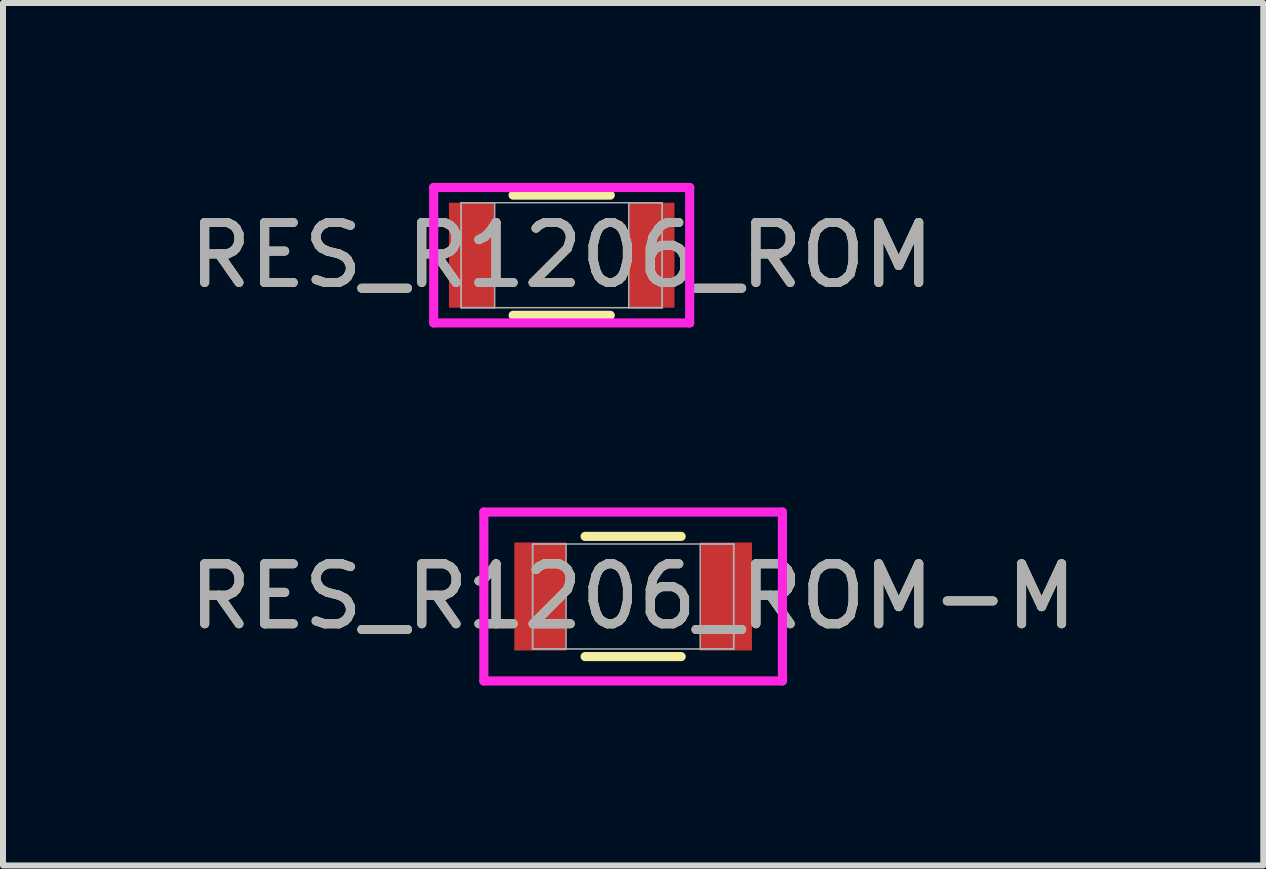
<source format=kicad_pcb>
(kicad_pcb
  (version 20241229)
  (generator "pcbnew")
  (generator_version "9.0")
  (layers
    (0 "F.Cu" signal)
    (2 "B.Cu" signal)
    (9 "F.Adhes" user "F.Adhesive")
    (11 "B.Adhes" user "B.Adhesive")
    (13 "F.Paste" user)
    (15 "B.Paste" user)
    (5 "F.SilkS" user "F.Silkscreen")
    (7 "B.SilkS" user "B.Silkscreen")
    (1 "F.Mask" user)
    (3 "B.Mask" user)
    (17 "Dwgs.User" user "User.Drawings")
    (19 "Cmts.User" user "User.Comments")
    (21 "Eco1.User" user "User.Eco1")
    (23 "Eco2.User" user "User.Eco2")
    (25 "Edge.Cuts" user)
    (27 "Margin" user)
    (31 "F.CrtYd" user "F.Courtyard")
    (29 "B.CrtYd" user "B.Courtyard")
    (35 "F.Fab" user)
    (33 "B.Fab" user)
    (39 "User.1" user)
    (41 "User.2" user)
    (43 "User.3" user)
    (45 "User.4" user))
  (footprint "RES_R1206_ROM-M"
    (layer "F.Cu")
    (at 7.506 6.895)
    (property "Reference" "RES_R1206_ROM-M" (at 0 0 0) (unlocked yes) (layer "F.SilkS") (effects (font (size 1 1) (thickness 0.15))))
    (attr smd)
    (fp_line (start -0.801 1.002) (end 0.801 1.002) (stroke (width 0.152) (type solid)) (layer "F.SilkS"))
    (fp_line (start 0.801 -1.002) (end -0.801 -1.002) (stroke (width 0.152) (type solid)) (layer "F.SilkS"))
    (fp_line (start -2.489 -1.408) (end 2.489 -1.408) (stroke (width 0.152) (type solid)) (layer "F.CrtYd"))
    (fp_line (start -2.489 1.408) (end -2.489 -1.408) (stroke (width 0.152) (type solid)) (layer "F.CrtYd"))
    (fp_line (start 2.489 -1.408) (end 2.489 1.408) (stroke (width 0.152) (type solid)) (layer "F.CrtYd"))
    (fp_line (start 2.489 1.408) (end -2.489 1.408) (stroke (width 0.152) (type solid)) (layer "F.CrtYd"))
    (fp_line (start -1.676 -0.875) (end -1.676 0.875) (stroke (width 0.025) (type solid)) (layer "F.Fab"))
    (fp_line (start -1.676 -0.875) (end -1.676 0.875) (stroke (width 0.025) (type solid)) (layer "F.Fab"))
    (fp_line (start -1.676 0.875) (end -1.118 0.875) (stroke (width 0.025) (type solid)) (layer "F.Fab"))
    (fp_line (start -1.676 0.875) (end 1.676 0.875) (stroke (width 0.025) (type solid)) (layer "F.Fab"))
    (fp_line (start -1.118 -0.875) (end -1.676 -0.875) (stroke (width 0.025) (type solid)) (layer "F.Fab"))
    (fp_line (start -1.118 0.875) (end -1.118 -0.875) (stroke (width 0.025) (type solid)) (layer "F.Fab"))
    (fp_line (start 1.118 -0.875) (end 1.118 0.875) (stroke (width 0.025) (type solid)) (layer "F.Fab"))
    (fp_line (start 1.118 0.875) (end 1.676 0.875) (stroke (width 0.025) (type solid)) (layer "F.Fab"))
    (fp_line (start 1.676 -0.875) (end -1.676 -0.875) (stroke (width 0.025) (type solid)) (layer "F.Fab"))
    (fp_line (start 1.676 -0.875) (end 1.118 -0.875) (stroke (width 0.025) (type solid)) (layer "F.Fab"))
    (fp_line (start 1.676 0.875) (end 1.676 -0.875) (stroke (width 0.025) (type solid)) (layer "F.Fab"))
    (fp_line (start 1.676 0.875) (end 1.676 -0.875) (stroke (width 0.025) (type solid)) (layer "F.Fab"))
    (fp_text user "${REFERENCE}" (at 0 0 0) (unlocked yes) (layer "F.Fab") (effects (font (size 1 1) (thickness 0.15))))
    (pad "1" smd rect (at -1.549 0) (size 0.864 1.801) (layers "F.Cu" "F.Mask" "F.Paste"))
    (pad "2" smd rect (at 1.549 0) (size 0.864 1.801) (layers "F.Cu" "F.Mask" "F.Paste"))
    (zone (net_name "") (layer "F.Cu") (hatch full 0.508) (connect_pads) (min_thickness 0.254) (filled_areas_thickness no) (keepout (tracks not_allowed) (vias not_allowed) (pads allowed) (copperpour not_allowed) (footprints allowed)) (placement (enabled no)) (fill) (polygon (pts (xy 6.439 6.071) (xy 8.573 6.071) (xy 8.573 7.719) (xy 6.439 7.719)))))
  (footprint "RES_R1206_ROM"
    (layer "F.Cu")
    (at 6.315 1.205)
    (property "Reference" "RES_R1206_ROM" (at 0 0 0) (unlocked yes) (layer "F.SilkS") (effects (font (size 1 1) (thickness 0.15))))
    (attr smd)
    (fp_line (start -0.81 1.002) (end 0.81 1.002) (stroke (width 0.152) (type solid)) (layer "F.SilkS"))
    (fp_line (start 0.81 -1.002) (end -0.81 -1.002) (stroke (width 0.152) (type solid)) (layer "F.SilkS"))
    (fp_line (start -2.134 -1.129) (end 2.134 -1.129) (stroke (width 0.152) (type solid)) (layer "F.CrtYd"))
    (fp_line (start -2.134 1.129) (end -2.134 -1.129) (stroke (width 0.152) (type solid)) (layer "F.CrtYd"))
    (fp_line (start 2.134 -1.129) (end 2.134 1.129) (stroke (width 0.152) (type solid)) (layer "F.CrtYd"))
    (fp_line (start 2.134 1.129) (end -2.134 1.129) (stroke (width 0.152) (type solid)) (layer "F.CrtYd"))
    (fp_line (start -1.676 -0.875) (end -1.676 0.875) (stroke (width 0.025) (type solid)) (layer "F.Fab"))
    (fp_line (start -1.676 -0.875) (end -1.676 0.875) (stroke (width 0.025) (type solid)) (layer "F.Fab"))
    (fp_line (start -1.676 0.875) (end -1.118 0.875) (stroke (width 0.025) (type solid)) (layer "F.Fab"))
    (fp_line (start -1.676 0.875) (end 1.676 0.875) (stroke (width 0.025) (type solid)) (layer "F.Fab"))
    (fp_line (start -1.118 -0.875) (end -1.676 -0.875) (stroke (width 0.025) (type solid)) (layer "F.Fab"))
    (fp_line (start -1.118 0.875) (end -1.118 -0.875) (stroke (width 0.025) (type solid)) (layer "F.Fab"))
    (fp_line (start 1.118 -0.875) (end 1.118 0.875) (stroke (width 0.025) (type solid)) (layer "F.Fab"))
    (fp_line (start 1.118 0.875) (end 1.676 0.875) (stroke (width 0.025) (type solid)) (layer "F.Fab"))
    (fp_line (start 1.676 -0.875) (end -1.676 -0.875) (stroke (width 0.025) (type solid)) (layer "F.Fab"))
    (fp_line (start 1.676 -0.875) (end 1.118 -0.875) (stroke (width 0.025) (type solid)) (layer "F.Fab"))
    (fp_line (start 1.676 0.875) (end 1.676 -0.875) (stroke (width 0.025) (type solid)) (layer "F.Fab"))
    (fp_line (start 1.676 0.875) (end 1.676 -0.875) (stroke (width 0.025) (type solid)) (layer "F.Fab"))
    (fp_text user "${REFERENCE}" (at 0 0 0) (unlocked yes) (layer "F.Fab") (effects (font (size 1 1) (thickness 0.15))))
    (pad "1" smd rect (at -1.499 0) (size 0.762 1.75) (layers "F.Cu" "F.Mask" "F.Paste"))
    (pad "2" smd rect (at 1.499 0) (size 0.762 1.75) (layers "F.Cu" "F.Mask" "F.Paste"))
    (zone (net_name "") (layer "F.Cu") (hatch full 0.508) (connect_pads) (min_thickness 0.254) (filled_areas_thickness no) (keepout (tracks not_allowed) (vias not_allowed) (pads allowed) (copperpour not_allowed) (footprints allowed)) (placement (enabled no)) (fill) (polygon (pts (xy 5.249 0.381) (xy 7.382 0.381) (xy 7.382 2.029) (xy 5.249 2.029)))))
  (gr_rect
    (start -3 -3)
    (end 18.012 11.38)
    (stroke (width 0.1) (type default))
    (fill no)
    (layer "Edge.Cuts")))
</source>
